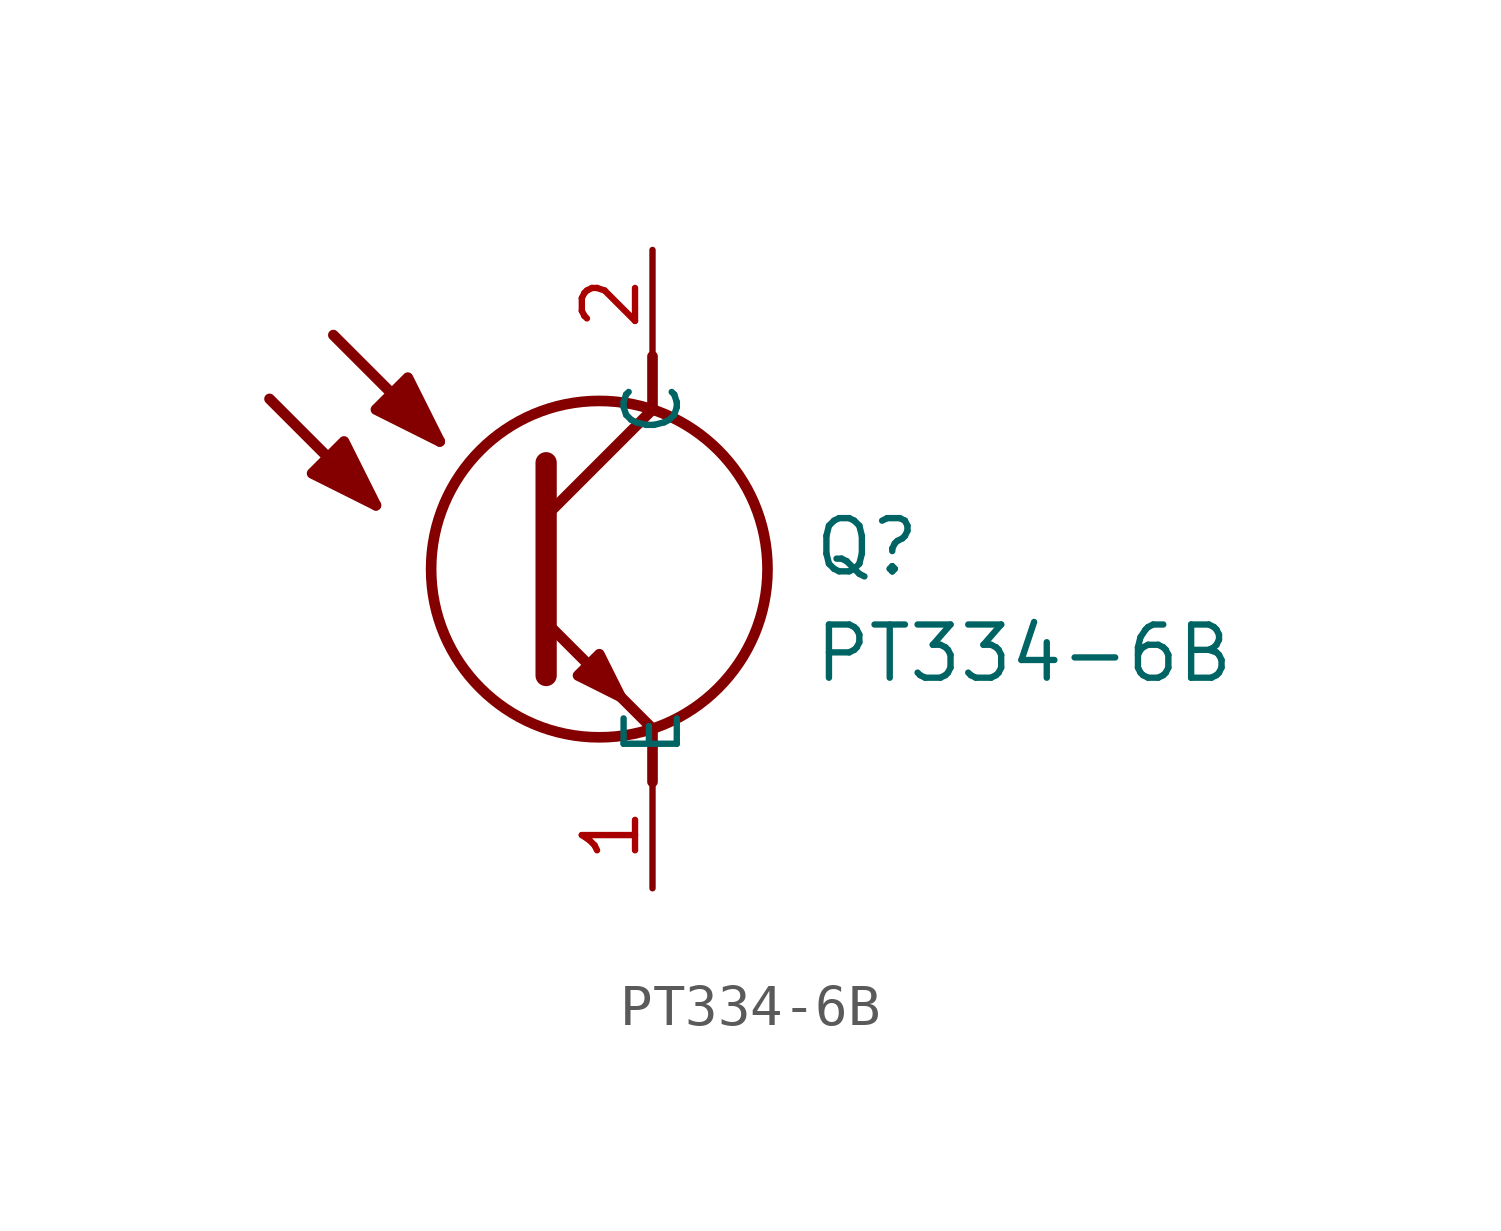
<source format=kicad_sym>
(kicad_symbol_lib
  (version 20211014)
  (generator SamacSys_ECAD_Model)
  (symbol "PT334-6B"
    (property "Reference" "Q"
      (at 3.81 -6.35 0)
      (effects (font (size 1.27 1.27)) (justify left top)))
    (property "Value" "PT334-6B"
      (at 3.81 -8.89 0)
      (effects (font (size 1.27 1.27)) (justify left top)))
    (polyline
      (pts (xy -2.54 -5.08) (xy -2.54 -10.16))
      (stroke (width 0.508) (type default))
      (fill (type none)))
    (polyline
      (pts (xy -2.54 -6.35) (xy 0 -3.81))
      (stroke (width 0.254) (type default))
      (fill (type none)))
    (polyline
      (pts (xy 0 -11.43) (xy 0 -12.7))
      (stroke (width 0.254) (type default))
      (fill (type none)))
    (polyline
      (pts (xy 0 -3.81) (xy 0 -2.54))
      (stroke (width 0.254) (type default))
      (fill (type none)))
    (polyline
      (pts (xy -2.54 -8.89) (xy 0 -11.43))
      (stroke (width 0.254) (type default))
      (fill (type none)))
    (polyline
      (pts (xy -7.62 -2.032) (xy -5.08 -4.572))
      (stroke (width 0.254) (type default))
      (fill (type none)))
    (polyline
      (pts (xy -9.144 -3.556) (xy -6.604 -6.096))
      (stroke (width 0.254) (type default))
      (fill (type none)))
    (circle
      (center -1.27 -7.62)
      (radius 4.016)
      (stroke (width 0.254) (type default))
      (fill (type none)))
    (polyline
      (pts (xy -1.778 -10.16) (xy -1.27 -9.652) (xy -0.762 -10.668) (xy -1.778 -10.16))
      (stroke (width 0.254) (type default))
      (fill (type outline)))
    (polyline
      (pts (xy -8.128 -5.334) (xy -7.366 -4.572) (xy -6.604 -6.096) (xy -8.128 -5.334))
      (stroke (width 0.254) (type default))
      (fill (type outline)))
    (polyline
      (pts (xy -6.604 -3.81) (xy -5.842 -3.048) (xy -5.08 -4.572) (xy -6.604 -3.81))
      (stroke (width 0.254) (type default))
      (fill (type outline)))
    (pin passive line
      (at 0 -15.24 90)
      (length 2.54)
      (name "E" (effects (font (size 1.27 1.27))))
      (number "1" (effects (font (size 1.27 1.27)))))
    (pin passive line
      (at 0 0 270)
      (length 2.54)
      (name "C" (effects (font (size 1.27 1.27))))
      (number "2" (effects (font (size 1.27 1.27)))))))
</source>
